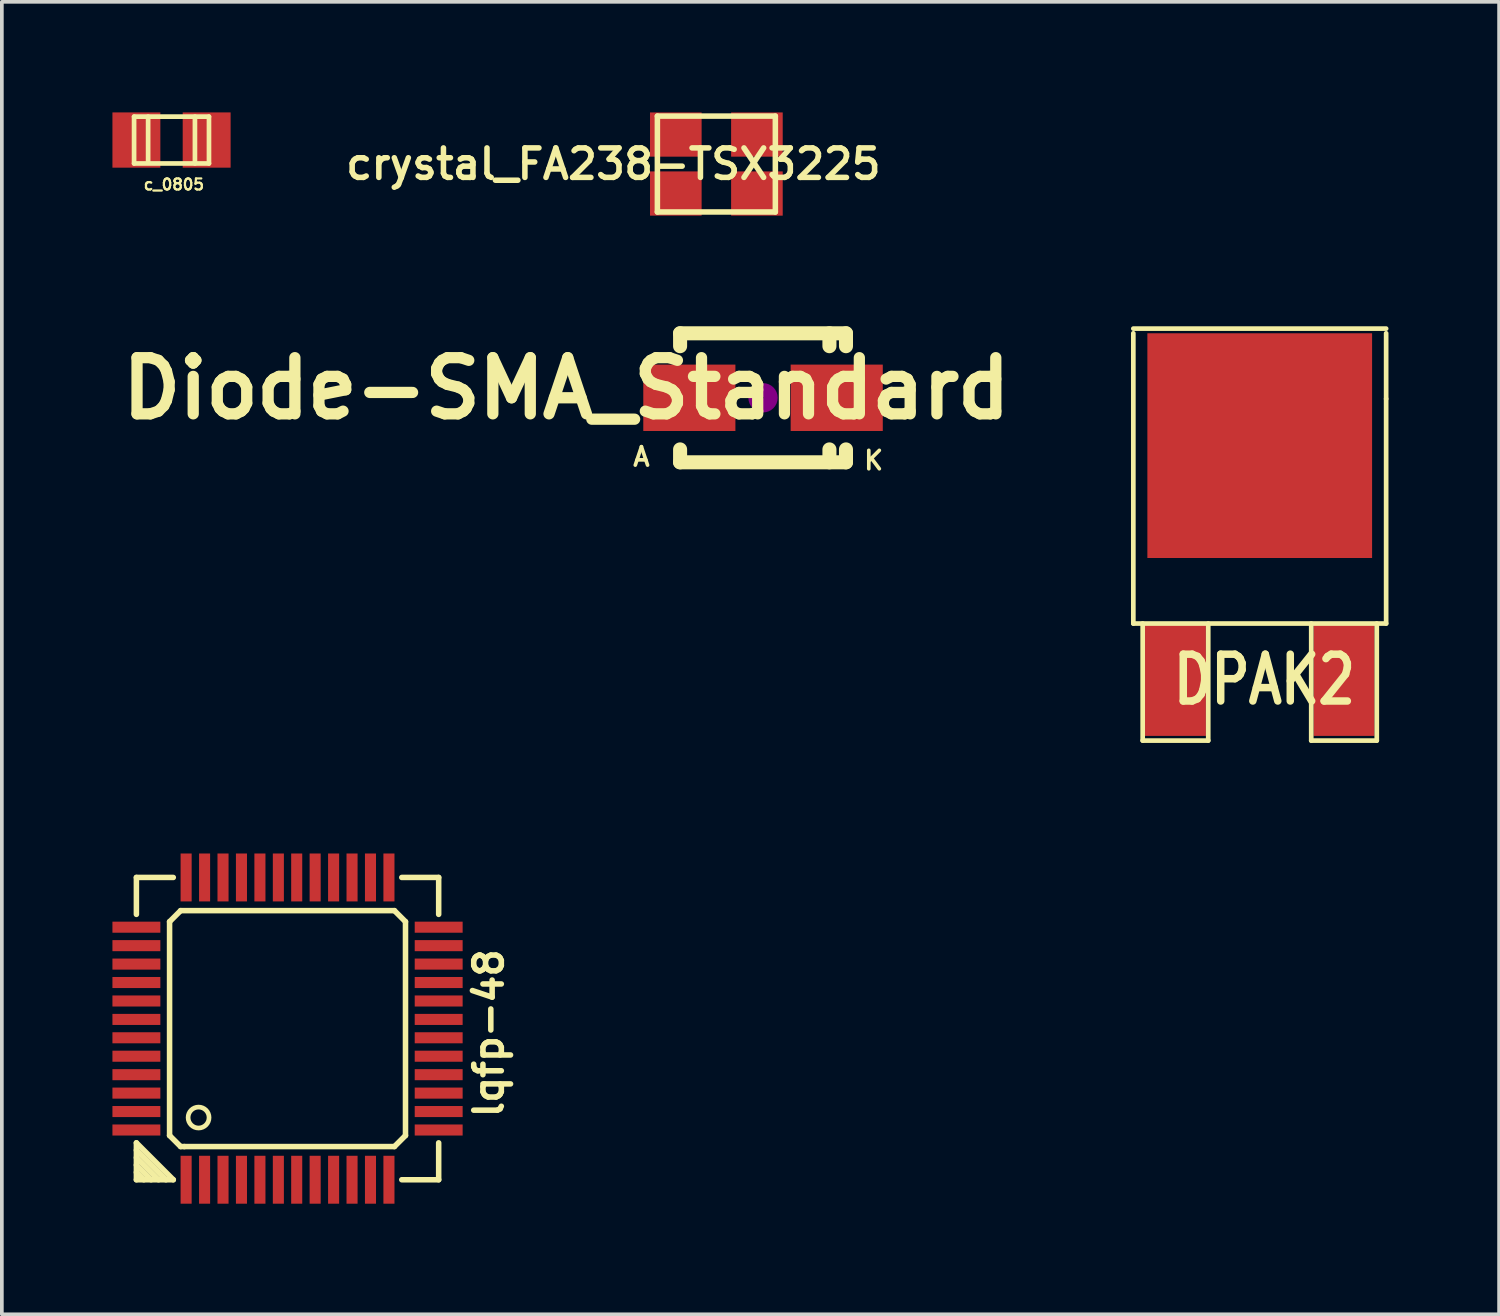
<source format=kicad_pcb>
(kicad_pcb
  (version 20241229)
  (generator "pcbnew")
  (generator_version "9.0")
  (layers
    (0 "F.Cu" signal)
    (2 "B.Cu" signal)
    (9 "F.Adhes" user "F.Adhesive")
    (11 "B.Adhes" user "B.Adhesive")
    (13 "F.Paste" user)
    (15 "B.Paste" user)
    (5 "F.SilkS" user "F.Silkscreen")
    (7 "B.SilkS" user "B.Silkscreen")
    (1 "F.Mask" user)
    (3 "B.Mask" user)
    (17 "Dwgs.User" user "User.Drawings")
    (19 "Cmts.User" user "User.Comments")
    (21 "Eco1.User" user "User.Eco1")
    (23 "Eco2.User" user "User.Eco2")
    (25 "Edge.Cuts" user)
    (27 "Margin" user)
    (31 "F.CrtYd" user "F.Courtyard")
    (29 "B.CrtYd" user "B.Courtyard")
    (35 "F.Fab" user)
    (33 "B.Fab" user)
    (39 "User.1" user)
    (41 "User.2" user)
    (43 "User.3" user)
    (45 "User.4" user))
  (footprint "Diode-SMA_Standard"
    (layer "F.Cu")
    (at 17.649 7.741)
    (property "Reference" "Diode-SMA_Standard" (at -5.334 -0.254 0) (layer "F.SilkS") (effects (font (size 1.524 1.524) (thickness 0.305))))
    (attr smd)
    (fp_line (start -2.25 -1.75) (end -2.25 -1.4) (stroke (width 0.381) (type solid)) (layer "F.SilkS"))
    (fp_line (start -2.25 -1.75) (end 2.25 -1.75) (stroke (width 0.381) (type solid)) (layer "F.SilkS"))
    (fp_line (start -2.25 1.75) (end -2.25 1.4) (stroke (width 0.381) (type solid)) (layer "F.SilkS"))
    (fp_line (start -2.25 1.75) (end 2.25 1.75) (stroke (width 0.381) (type solid)) (layer "F.SilkS"))
    (fp_line (start 1.801 -1.75) (end 1.801 -1.4) (stroke (width 0.381) (type solid)) (layer "F.SilkS"))
    (fp_line (start 1.801 1.75) (end 1.801 1.4) (stroke (width 0.381) (type solid)) (layer "F.SilkS"))
    (fp_line (start 2.25 -1.75) (end 2.25 -1.4) (stroke (width 0.381) (type solid)) (layer "F.SilkS"))
    (fp_line (start 2.25 1.75) (end 2.25 1.4) (stroke (width 0.381) (type solid)) (layer "F.SilkS"))
    (fp_circle (center 0 0) (end 0.201 -0.051) (stroke (width 0.381) (type solid)) (fill no) (layer "F.Adhes"))
    (fp_text user "K" (at 3 1.699 0) (layer "F.SilkS") (effects (font (size 0.5 0.5) (thickness 0.099))))
    (fp_text user "A" (at -3.299 1.6 0) (layer "F.SilkS") (effects (font (size 0.5 0.5) (thickness 0.099))))
    (pad "1" smd rect (at -1.999 0) (size 2.499 1.801) (layers "F.Cu" "F.Mask" "F.Paste"))
    (pad "2" smd rect (at 1.999 0) (size 2.499 1.801) (layers "F.Cu" "F.Mask" "F.Paste")))
  (footprint "crystal_FA238-TSX3225"
    (layer "F.Cu")
    (at 16.383 1.4)
    (property "Reference" "crystal_FA238-TSX3225" (at -2.794 0 0) (layer "F.SilkS") (effects (font (size 0.8 0.8) (thickness 0.15))))
    (attr through_hole)
    (fp_line (start -1.6 -1.3) (end 1.6 -1.3) (stroke (width 0.15) (type solid)) (layer "F.SilkS"))
    (fp_line (start -1.6 1.3) (end -1.6 -1.3) (stroke (width 0.15) (type solid)) (layer "F.SilkS"))
    (fp_line (start 1.6 -1.3) (end 1.6 1.3) (stroke (width 0.15) (type solid)) (layer "F.SilkS"))
    (fp_line (start 1.6 1.3) (end -1.6 1.3) (stroke (width 0.15) (type solid)) (layer "F.SilkS"))
    (pad "1" smd rect (at -1.1 0.8) (size 1.4 1.2) (layers "F.Cu" "F.Mask" "F.Paste"))
    (pad "2" smd rect (at 1.1 -0.8) (size 1.4 1.2) (layers "F.Cu" "F.Mask" "F.Paste"))
    (pad "3" smd rect (at -1.1 -0.8) (size 1.4 1.2) (layers "F.Cu" "F.Mask" "F.Paste"))
    (pad "3" smd rect (at 1.1 0.8) (size 1.4 1.2) (layers "F.Cu" "F.Mask" "F.Paste")))
  (footprint "DPAK2"
    (layer "F.Cu")
    (at 31.123 15.389)
    (property "Reference" "DPAK2" (at 0.127 0 0) (layer "F.SilkS") (effects (font (size 1.27 1.016) (thickness 0.203))))
    (attr smd)
    (fp_line (start -3.429 -9.525) (end 3.429 -9.525) (stroke (width 0.127) (type solid)) (layer "F.SilkS"))
    (fp_line (start -3.429 -1.524) (end -3.429 -9.398) (stroke (width 0.127) (type solid)) (layer "F.SilkS"))
    (fp_line (start -3.175 -1.524) (end -3.175 1.651) (stroke (width 0.127) (type solid)) (layer "F.SilkS"))
    (fp_line (start -3.175 1.651) (end -1.397 1.651) (stroke (width 0.127) (type solid)) (layer "F.SilkS"))
    (fp_line (start -1.397 1.651) (end -1.397 -1.524) (stroke (width 0.127) (type solid)) (layer "F.SilkS"))
    (fp_line (start 1.397 -1.524) (end 1.397 1.651) (stroke (width 0.127) (type solid)) (layer "F.SilkS"))
    (fp_line (start 1.397 1.651) (end 3.175 1.651) (stroke (width 0.127) (type solid)) (layer "F.SilkS"))
    (fp_line (start 3.175 1.651) (end 3.175 -1.524) (stroke (width 0.127) (type solid)) (layer "F.SilkS"))
    (fp_line (start 3.429 -9.398) (end 3.429 -7.62) (stroke (width 0.127) (type solid)) (layer "F.SilkS"))
    (fp_line (start 3.429 -7.62) (end 3.429 -1.524) (stroke (width 0.127) (type solid)) (layer "F.SilkS"))
    (fp_line (start 3.429 -1.524) (end -3.429 -1.524) (stroke (width 0.127) (type solid)) (layer "F.SilkS"))
    (pad "1" smd rect (at -2.286 0) (size 1.651 3.048) (layers "F.Cu" "F.Mask" "F.Paste"))
    (pad "2" smd rect (at 0 -6.35) (size 6.096 6.096) (layers "F.Cu" "F.Mask" "F.Paste"))
    (pad "3" smd rect (at 2.286 0) (size 1.651 3.048) (layers "F.Cu" "F.Mask" "F.Paste")))
  (footprint "c_0805"
    (layer "F.Cu")
    (at 1.603 0.749)
    (property "Reference" "c_0805" (at 0.064 1.206 0) (layer "F.SilkS") (effects (font (size 0.3 0.3) (thickness 0.061))))
    (attr through_hole)
    (fp_line (start -1.016 -0.635) (end 1.016 -0.635) (stroke (width 0.127) (type solid)) (layer "F.SilkS"))
    (fp_line (start -1.016 0.635) (end -1.016 -0.635) (stroke (width 0.127) (type solid)) (layer "F.SilkS"))
    (fp_line (start -0.635 -0.635) (end -0.635 0.61) (stroke (width 0.127) (type solid)) (layer "F.SilkS"))
    (fp_line (start 0.635 -0.635) (end 0.635 0.635) (stroke (width 0.127) (type solid)) (layer "F.SilkS"))
    (fp_line (start 1.016 -0.635) (end 1.016 0.635) (stroke (width 0.127) (type solid)) (layer "F.SilkS"))
    (fp_line (start 1.016 0.635) (end -1.016 0.635) (stroke (width 0.127) (type solid)) (layer "F.SilkS"))
    (pad "1" smd rect (at 0.953 0) (size 1.3 1.499) (layers "F.Cu" "F.Mask" "F.Paste"))
    (pad "2" smd rect (at -0.953 0) (size 1.3 1.499) (layers "F.Cu" "F.Mask" "F.Paste")))
  (footprint "lqfp-48"
    (layer "F.Cu")
    (at 4.75 24.853)
    (property "Reference" "lqfp-48" (at 5.461 0.127 90) (layer "F.SilkS") (effects (font (size 0.749 0.749) (thickness 0.15))))
    (attr smd)
    (fp_line (start -4.1 -4.1) (end -3.099 -4.1) (stroke (width 0.15) (type solid)) (layer "F.SilkS"))
    (fp_line (start -4.1 -3.099) (end -4.1 -4.1) (stroke (width 0.15) (type solid)) (layer "F.SilkS"))
    (fp_line (start -4.1 3.099) (end -3.099 4.1) (stroke (width 0.15) (type solid)) (layer "F.SilkS"))
    (fp_line (start -4.1 3.5) (end -3.5 4.1) (stroke (width 0.15) (type solid)) (layer "F.SilkS"))
    (fp_line (start -4.1 3.899) (end -3.899 4.1) (stroke (width 0.15) (type solid)) (layer "F.SilkS"))
    (fp_line (start -4.1 4.1) (end -4.1 3.099) (stroke (width 0.15) (type solid)) (layer "F.SilkS"))
    (fp_line (start -3.701 4.1) (end -4.1 3.701) (stroke (width 0.15) (type solid)) (layer "F.SilkS"))
    (fp_line (start -3.299 4.1) (end -4.1 3.299) (stroke (width 0.15) (type solid)) (layer "F.SilkS"))
    (fp_line (start -3.2 -2.9) (end -2.9 -3.2) (stroke (width 0.15) (type solid)) (layer "F.SilkS"))
    (fp_line (start -3.2 2.9) (end -3.2 -2.9) (stroke (width 0.15) (type solid)) (layer "F.SilkS"))
    (fp_line (start -3.099 4.1) (end -4.1 4.1) (stroke (width 0.15) (type solid)) (layer "F.SilkS"))
    (fp_line (start -2.9 -3.2) (end 2.9 -3.2) (stroke (width 0.15) (type solid)) (layer "F.SilkS"))
    (fp_line (start -2.9 3.2) (end -3.2 2.9) (stroke (width 0.15) (type solid)) (layer "F.SilkS"))
    (fp_line (start -2.8 3.2) (end -2.9 3.2) (stroke (width 0.15) (type solid)) (layer "F.SilkS"))
    (fp_line (start 2.9 -3.2) (end 3.2 -2.9) (stroke (width 0.15) (type solid)) (layer "F.SilkS"))
    (fp_line (start 2.9 3.2) (end -2.8 3.2) (stroke (width 0.15) (type solid)) (layer "F.SilkS"))
    (fp_line (start 3.099 -4.1) (end 4.1 -4.1) (stroke (width 0.15) (type solid)) (layer "F.SilkS"))
    (fp_line (start 3.2 -2.9) (end 3.2 2.9) (stroke (width 0.15) (type solid)) (layer "F.SilkS"))
    (fp_line (start 3.2 2.9) (end 2.9 3.2) (stroke (width 0.15) (type solid)) (layer "F.SilkS"))
    (fp_line (start 4.1 -4.1) (end 4.1 -3.099) (stroke (width 0.15) (type solid)) (layer "F.SilkS"))
    (fp_line (start 4.1 3.099) (end 4.1 4.1) (stroke (width 0.15) (type solid)) (layer "F.SilkS"))
    (fp_line (start 4.1 4.1) (end 3.099 4.1) (stroke (width 0.15) (type solid)) (layer "F.SilkS"))
    (fp_circle (center -2.413 2.413) (end -2.667 2.54) (stroke (width 0.127) (type solid)) (fill no) (layer "F.SilkS"))
    (pad "1" smd rect (at -2.751 4.1) (size 0.3 1.3) (layers "F.Cu" "F.Mask" "F.Paste"))
    (pad "2" smd rect (at -2.25 4.1) (size 0.3 1.3) (layers "F.Cu" "F.Mask" "F.Paste"))
    (pad "3" smd rect (at -1.75 4.1) (size 0.3 1.3) (layers "F.Cu" "F.Mask" "F.Paste"))
    (pad "4" smd rect (at -1.25 4.1) (size 0.3 1.3) (layers "F.Cu" "F.Mask" "F.Paste"))
    (pad "5" smd rect (at -0.749 4.1) (size 0.3 1.3) (layers "F.Cu" "F.Mask" "F.Paste"))
    (pad "6" smd rect (at -0.249 4.1) (size 0.3 1.3) (layers "F.Cu" "F.Mask" "F.Paste"))
    (pad "7" smd rect (at 0.249 4.1) (size 0.3 1.3) (layers "F.Cu" "F.Mask" "F.Paste"))
    (pad "8" smd rect (at 0.749 4.1) (size 0.3 1.3) (layers "F.Cu" "F.Mask" "F.Paste"))
    (pad "9" smd rect (at 1.25 4.1) (size 0.3 1.3) (layers "F.Cu" "F.Mask" "F.Paste"))
    (pad "10" smd rect (at 1.75 4.1) (size 0.3 1.3) (layers "F.Cu" "F.Mask" "F.Paste"))
    (pad "11" smd rect (at 2.25 4.1) (size 0.3 1.3) (layers "F.Cu" "F.Mask" "F.Paste"))
    (pad "12" smd rect (at 2.751 4.1) (size 0.3 1.3) (layers "F.Cu" "F.Mask" "F.Paste"))
    (pad "13" smd rect (at 4.1 2.751) (size 1.3 0.3) (layers "F.Cu" "F.Mask" "F.Paste"))
    (pad "14" smd rect (at 4.1 2.25) (size 1.3 0.3) (layers "F.Cu" "F.Mask" "F.Paste"))
    (pad "15" smd rect (at 4.1 1.75) (size 1.3 0.3) (layers "F.Cu" "F.Mask" "F.Paste"))
    (pad "16" smd rect (at 4.1 1.25) (size 1.3 0.3) (layers "F.Cu" "F.Mask" "F.Paste"))
    (pad "17" smd rect (at 4.1 0.749) (size 1.3 0.3) (layers "F.Cu" "F.Mask" "F.Paste"))
    (pad "18" smd rect (at 4.1 0.249) (size 1.3 0.3) (layers "F.Cu" "F.Mask" "F.Paste"))
    (pad "19" smd rect (at 4.1 -0.249) (size 1.3 0.3) (layers "F.Cu" "F.Mask" "F.Paste"))
    (pad "20" smd rect (at 4.1 -0.749) (size 1.3 0.3) (layers "F.Cu" "F.Mask" "F.Paste"))
    (pad "21" smd rect (at 4.1 -1.25) (size 1.3 0.3) (layers "F.Cu" "F.Mask" "F.Paste"))
    (pad "22" smd rect (at 4.1 -1.75) (size 1.3 0.3) (layers "F.Cu" "F.Mask" "F.Paste"))
    (pad "23" smd rect (at 4.1 -2.25) (size 1.3 0.3) (layers "F.Cu" "F.Mask" "F.Paste"))
    (pad "24" smd rect (at 4.1 -2.751) (size 1.3 0.3) (layers "F.Cu" "F.Mask" "F.Paste"))
    (pad "25" smd rect (at 2.751 -4.1) (size 0.3 1.3) (layers "F.Cu" "F.Mask" "F.Paste"))
    (pad "26" smd rect (at 2.25 -4.1) (size 0.3 1.3) (layers "F.Cu" "F.Mask" "F.Paste"))
    (pad "27" smd rect (at 1.75 -4.1) (size 0.3 1.3) (layers "F.Cu" "F.Mask" "F.Paste"))
    (pad "28" smd rect (at 1.25 -4.1) (size 0.3 1.3) (layers "F.Cu" "F.Mask" "F.Paste"))
    (pad "29" smd rect (at 0.749 -4.1) (size 0.3 1.3) (layers "F.Cu" "F.Mask" "F.Paste"))
    (pad "30" smd rect (at 0.249 -4.1) (size 0.3 1.3) (layers "F.Cu" "F.Mask" "F.Paste"))
    (pad "31" smd rect (at -0.249 -4.1) (size 0.3 1.3) (layers "F.Cu" "F.Mask" "F.Paste"))
    (pad "32" smd rect (at -0.749 -4.1) (size 0.3 1.3) (layers "F.Cu" "F.Mask" "F.Paste"))
    (pad "33" smd rect (at -1.25 -4.1) (size 0.3 1.3) (layers "F.Cu" "F.Mask" "F.Paste"))
    (pad "34" smd rect (at -1.75 -4.1) (size 0.3 1.3) (layers "F.Cu" "F.Mask" "F.Paste"))
    (pad "35" smd rect (at -2.25 -4.1) (size 0.3 1.3) (layers "F.Cu" "F.Mask" "F.Paste"))
    (pad "36" smd rect (at -2.751 -4.1) (size 0.3 1.3) (layers "F.Cu" "F.Mask" "F.Paste"))
    (pad "37" smd rect (at -4.1 -2.751) (size 1.3 0.3) (layers "F.Cu" "F.Mask" "F.Paste"))
    (pad "38" smd rect (at -4.1 -2.25) (size 1.3 0.3) (layers "F.Cu" "F.Mask" "F.Paste"))
    (pad "39" smd rect (at -4.1 -1.75) (size 1.3 0.3) (layers "F.Cu" "F.Mask" "F.Paste"))
    (pad "40" smd rect (at -4.1 -1.25) (size 1.3 0.3) (layers "F.Cu" "F.Mask" "F.Paste"))
    (pad "41" smd rect (at -4.1 -0.749) (size 1.3 0.3) (layers "F.Cu" "F.Mask" "F.Paste"))
    (pad "42" smd rect (at -4.1 -0.249) (size 1.3 0.3) (layers "F.Cu" "F.Mask" "F.Paste"))
    (pad "43" smd rect (at -4.1 0.249) (size 1.3 0.3) (layers "F.Cu" "F.Mask" "F.Paste"))
    (pad "44" smd rect (at -4.1 0.749) (size 1.3 0.3) (layers "F.Cu" "F.Mask" "F.Paste"))
    (pad "45" smd rect (at -4.1 1.25) (size 1.3 0.3) (layers "F.Cu" "F.Mask" "F.Paste"))
    (pad "46" smd rect (at -4.1 1.75) (size 1.3 0.3) (layers "F.Cu" "F.Mask" "F.Paste"))
    (pad "47" smd rect (at -4.1 2.25) (size 1.3 0.3) (layers "F.Cu" "F.Mask" "F.Paste"))
    (pad "48" smd rect (at -4.1 2.751) (size 1.3 0.3) (layers "F.Cu" "F.Mask" "F.Paste")))
  (gr_rect
    (start -3 -3)
    (end 37.616 32.603)
    (stroke (width 0.1) (type default))
    (fill no)
    (layer "Edge.Cuts")))
</source>
